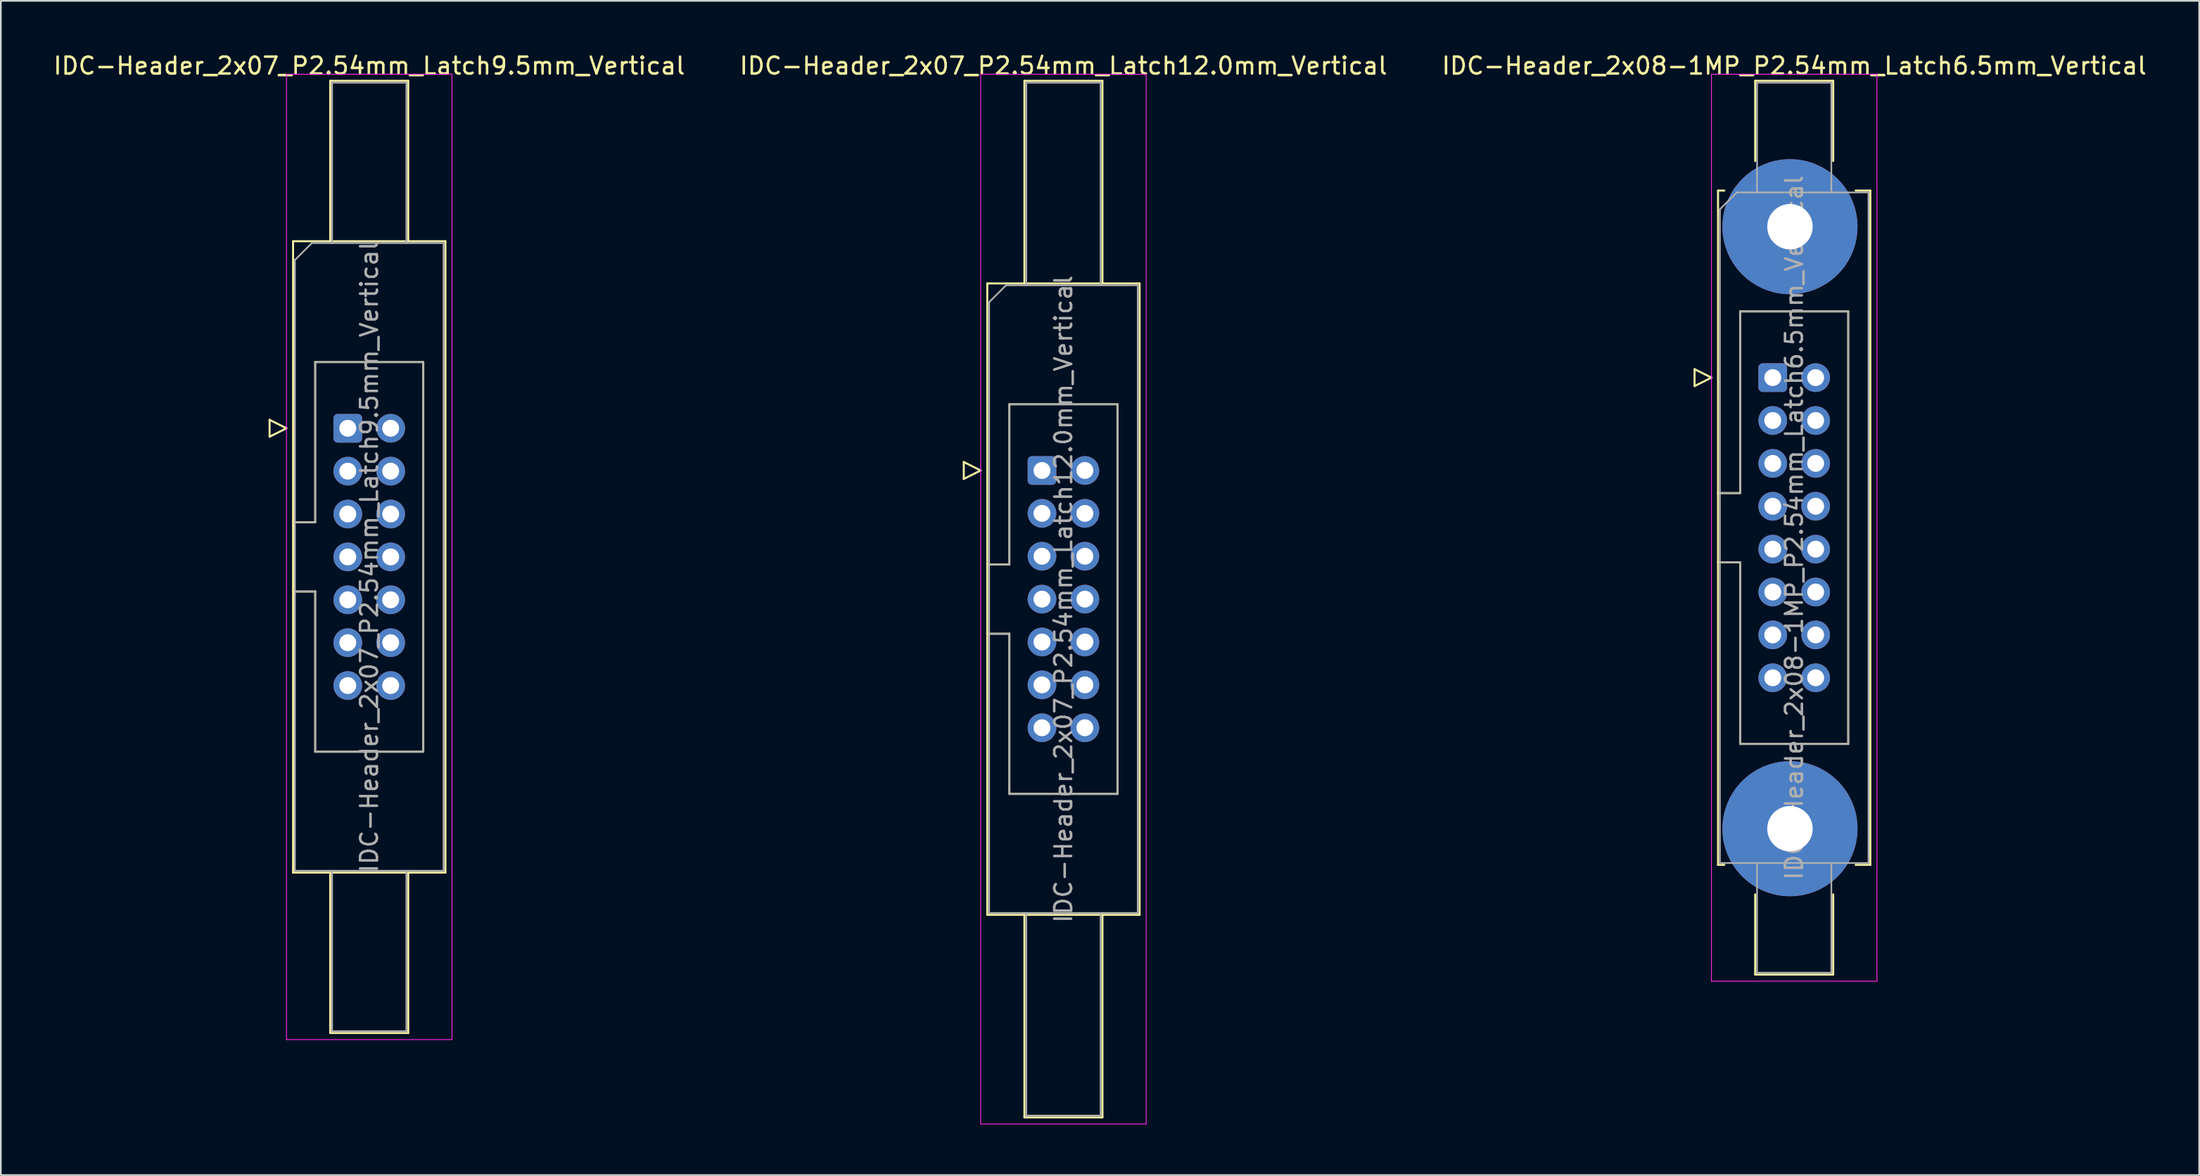
<source format=kicad_pcb>
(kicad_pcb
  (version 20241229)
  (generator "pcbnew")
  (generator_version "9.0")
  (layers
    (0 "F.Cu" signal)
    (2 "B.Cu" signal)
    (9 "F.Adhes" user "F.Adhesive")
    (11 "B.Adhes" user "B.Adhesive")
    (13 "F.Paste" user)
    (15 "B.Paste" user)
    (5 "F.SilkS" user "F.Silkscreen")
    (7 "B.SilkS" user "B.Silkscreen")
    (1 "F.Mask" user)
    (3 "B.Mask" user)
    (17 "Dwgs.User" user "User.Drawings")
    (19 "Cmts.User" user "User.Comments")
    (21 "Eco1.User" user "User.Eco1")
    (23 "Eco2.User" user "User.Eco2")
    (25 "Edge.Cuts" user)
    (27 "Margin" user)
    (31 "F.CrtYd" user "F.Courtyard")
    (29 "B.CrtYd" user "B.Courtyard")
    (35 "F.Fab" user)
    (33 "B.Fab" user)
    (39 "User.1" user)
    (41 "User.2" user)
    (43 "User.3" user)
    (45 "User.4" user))
  (footprint "IDC-Header_2x07_P2.54mm_Latch9.5mm_Vertical"
    (layer "F.Cu")
    (at 17.545 22.318)
    (property "Reference" "IDC-Header_2x07_P2.54mm_Latch9.5mm_Vertical" (at 1.27 -21.47 0) (layer "F.SilkS") (effects (font (size 1 1) (thickness 0.15))))
    (attr through_hole)
    (fp_line (start -4.63 -0.5) (end -4.63 0.5) (stroke (width 0.12) (type solid)) (layer "F.SilkS"))
    (fp_line (start -4.63 0.5) (end -3.63 0) (stroke (width 0.12) (type solid)) (layer "F.SilkS"))
    (fp_line (start -3.63 0) (end -4.63 -0.5) (stroke (width 0.12) (type solid)) (layer "F.SilkS"))
    (fp_line (start -3.24 -11.08) (end 5.78 -11.08) (stroke (width 0.12) (type solid)) (layer "F.SilkS"))
    (fp_line (start -3.24 5.57) (end -1.93 5.57) (stroke (width 0.12) (type solid)) (layer "F.SilkS"))
    (fp_line (start -3.24 26.32) (end -3.24 -11.08) (stroke (width 0.12) (type solid)) (layer "F.SilkS"))
    (fp_line (start -1.93 -3.92) (end 4.47 -3.92) (stroke (width 0.12) (type solid)) (layer "F.SilkS"))
    (fp_line (start -1.93 5.57) (end -1.93 -3.92) (stroke (width 0.12) (type solid)) (layer "F.SilkS"))
    (fp_line (start -1.93 9.67) (end -3.24 9.67) (stroke (width 0.12) (type solid)) (layer "F.SilkS"))
    (fp_line (start -1.93 9.67) (end -1.93 9.67) (stroke (width 0.12) (type solid)) (layer "F.SilkS"))
    (fp_line (start -1.93 19.16) (end -1.93 9.67) (stroke (width 0.12) (type solid)) (layer "F.SilkS"))
    (fp_line (start -1.04 -20.58) (end 3.58 -20.58) (stroke (width 0.12) (type solid)) (layer "F.SilkS"))
    (fp_line (start -1.04 -11.08) (end -1.04 -20.58) (stroke (width 0.12) (type solid)) (layer "F.SilkS"))
    (fp_line (start -1.04 26.32) (end -1.04 35.82) (stroke (width 0.12) (type solid)) (layer "F.SilkS"))
    (fp_line (start -1.04 35.82) (end 3.58 35.82) (stroke (width 0.12) (type solid)) (layer "F.SilkS"))
    (fp_line (start 3.58 -20.58) (end 3.58 -11.08) (stroke (width 0.12) (type solid)) (layer "F.SilkS"))
    (fp_line (start 3.58 35.82) (end 3.58 26.32) (stroke (width 0.12) (type solid)) (layer "F.SilkS"))
    (fp_line (start 4.47 -3.92) (end 4.47 19.16) (stroke (width 0.12) (type solid)) (layer "F.SilkS"))
    (fp_line (start 4.47 19.16) (end -1.93 19.16) (stroke (width 0.12) (type solid)) (layer "F.SilkS"))
    (fp_line (start 5.78 -11.08) (end 5.78 26.32) (stroke (width 0.12) (type solid)) (layer "F.SilkS"))
    (fp_line (start 5.78 26.32) (end -3.24 26.32) (stroke (width 0.12) (type solid)) (layer "F.SilkS"))
    (fp_line (start -3.63 -20.97) (end -3.63 36.21) (stroke (width 0.05) (type solid)) (layer "F.CrtYd"))
    (fp_line (start -3.63 36.21) (end 6.17 36.21) (stroke (width 0.05) (type solid)) (layer "F.CrtYd"))
    (fp_line (start 6.17 -20.97) (end -3.63 -20.97) (stroke (width 0.05) (type solid)) (layer "F.CrtYd"))
    (fp_line (start 6.17 36.21) (end 6.17 -20.97) (stroke (width 0.05) (type solid)) (layer "F.CrtYd"))
    (fp_line (start -3.13 -9.97) (end -2.13 -10.97) (stroke (width 0.1) (type solid)) (layer "F.Fab"))
    (fp_line (start -3.13 5.57) (end -1.93 5.57) (stroke (width 0.1) (type solid)) (layer "F.Fab"))
    (fp_line (start -3.13 26.21) (end -3.13 -9.97) (stroke (width 0.1) (type solid)) (layer "F.Fab"))
    (fp_line (start -2.13 -10.97) (end 5.67 -10.97) (stroke (width 0.1) (type solid)) (layer "F.Fab"))
    (fp_line (start -1.93 -3.92) (end 4.47 -3.92) (stroke (width 0.1) (type solid)) (layer "F.Fab"))
    (fp_line (start -1.93 5.57) (end -1.93 -3.92) (stroke (width 0.1) (type solid)) (layer "F.Fab"))
    (fp_line (start -1.93 9.67) (end -3.13 9.67) (stroke (width 0.1) (type solid)) (layer "F.Fab"))
    (fp_line (start -1.93 9.67) (end -1.93 9.67) (stroke (width 0.1) (type solid)) (layer "F.Fab"))
    (fp_line (start -1.93 19.16) (end -1.93 9.67) (stroke (width 0.1) (type solid)) (layer "F.Fab"))
    (fp_line (start -0.93 -20.47) (end 3.47 -20.47) (stroke (width 0.1) (type solid)) (layer "F.Fab"))
    (fp_line (start -0.93 -10.97) (end -0.93 -20.47) (stroke (width 0.1) (type solid)) (layer "F.Fab"))
    (fp_line (start -0.93 26.21) (end -0.93 35.71) (stroke (width 0.1) (type solid)) (layer "F.Fab"))
    (fp_line (start -0.93 35.71) (end 3.47 35.71) (stroke (width 0.1) (type solid)) (layer "F.Fab"))
    (fp_line (start 3.47 -20.47) (end 3.47 -10.97) (stroke (width 0.1) (type solid)) (layer "F.Fab"))
    (fp_line (start 3.47 35.71) (end 3.47 26.21) (stroke (width 0.1) (type solid)) (layer "F.Fab"))
    (fp_line (start 4.47 -3.92) (end 4.47 19.16) (stroke (width 0.1) (type solid)) (layer "F.Fab"))
    (fp_line (start 4.47 19.16) (end -1.93 19.16) (stroke (width 0.1) (type solid)) (layer "F.Fab"))
    (fp_line (start 5.67 -10.97) (end 5.67 26.21) (stroke (width 0.1) (type solid)) (layer "F.Fab"))
    (fp_line (start 5.67 26.21) (end -3.13 26.21) (stroke (width 0.1) (type solid)) (layer "F.Fab"))
    (fp_text user "${REFERENCE}" (at 1.27 7.62 90) (layer "F.Fab") (effects (font (size 1 1) (thickness 0.15))))
    (pad "1" thru_hole roundrect (at 0 0) (size 1.7 1.7) (drill 1) (layers "*.Cu" "*.Mask") (roundrect_rratio 0.147))
    (pad "2" thru_hole circle (at 2.54 0) (size 1.7 1.7) (drill 1) (layers "*.Cu" "*.Mask"))
    (pad "3" thru_hole circle (at 0 2.54) (size 1.7 1.7) (drill 1) (layers "*.Cu" "*.Mask"))
    (pad "4" thru_hole circle (at 2.54 2.54) (size 1.7 1.7) (drill 1) (layers "*.Cu" "*.Mask"))
    (pad "5" thru_hole circle (at 0 5.08) (size 1.7 1.7) (drill 1) (layers "*.Cu" "*.Mask"))
    (pad "6" thru_hole circle (at 2.54 5.08) (size 1.7 1.7) (drill 1) (layers "*.Cu" "*.Mask"))
    (pad "7" thru_hole circle (at 0 7.62) (size 1.7 1.7) (drill 1) (layers "*.Cu" "*.Mask"))
    (pad "8" thru_hole circle (at 2.54 7.62) (size 1.7 1.7) (drill 1) (layers "*.Cu" "*.Mask"))
    (pad "9" thru_hole circle (at 0 10.16) (size 1.7 1.7) (drill 1) (layers "*.Cu" "*.Mask"))
    (pad "10" thru_hole circle (at 2.54 10.16) (size 1.7 1.7) (drill 1) (layers "*.Cu" "*.Mask"))
    (pad "11" thru_hole circle (at 0 12.7) (size 1.7 1.7) (drill 1) (layers "*.Cu" "*.Mask"))
    (pad "12" thru_hole circle (at 2.54 12.7) (size 1.7 1.7) (drill 1) (layers "*.Cu" "*.Mask"))
    (pad "13" thru_hole circle (at 0 15.24) (size 1.7 1.7) (drill 1) (layers "*.Cu" "*.Mask"))
    (pad "14" thru_hole circle (at 2.54 15.24) (size 1.7 1.7) (drill 1) (layers "*.Cu" "*.Mask")))
  (footprint "IDC-Header_2x07_P2.54mm_Latch12.0mm_Vertical"
    (layer "F.Cu")
    (at 58.653 24.818)
    (property "Reference" "IDC-Header_2x07_P2.54mm_Latch12.0mm_Vertical" (at 1.27 -23.97 0) (layer "F.SilkS") (effects (font (size 1 1) (thickness 0.15))))
    (attr through_hole)
    (fp_line (start -4.63 -0.5) (end -4.63 0.5) (stroke (width 0.12) (type solid)) (layer "F.SilkS"))
    (fp_line (start -4.63 0.5) (end -3.63 0) (stroke (width 0.12) (type solid)) (layer "F.SilkS"))
    (fp_line (start -3.63 0) (end -4.63 -0.5) (stroke (width 0.12) (type solid)) (layer "F.SilkS"))
    (fp_line (start -3.24 -11.08) (end 5.78 -11.08) (stroke (width 0.12) (type solid)) (layer "F.SilkS"))
    (fp_line (start -3.24 5.57) (end -1.93 5.57) (stroke (width 0.12) (type solid)) (layer "F.SilkS"))
    (fp_line (start -3.24 26.32) (end -3.24 -11.08) (stroke (width 0.12) (type solid)) (layer "F.SilkS"))
    (fp_line (start -1.93 -3.92) (end 4.47 -3.92) (stroke (width 0.12) (type solid)) (layer "F.SilkS"))
    (fp_line (start -1.93 5.57) (end -1.93 -3.92) (stroke (width 0.12) (type solid)) (layer "F.SilkS"))
    (fp_line (start -1.93 9.67) (end -3.24 9.67) (stroke (width 0.12) (type solid)) (layer "F.SilkS"))
    (fp_line (start -1.93 9.67) (end -1.93 9.67) (stroke (width 0.12) (type solid)) (layer "F.SilkS"))
    (fp_line (start -1.93 19.16) (end -1.93 9.67) (stroke (width 0.12) (type solid)) (layer "F.SilkS"))
    (fp_line (start -1.04 -23.08) (end 3.58 -23.08) (stroke (width 0.12) (type solid)) (layer "F.SilkS"))
    (fp_line (start -1.04 -11.08) (end -1.04 -23.08) (stroke (width 0.12) (type solid)) (layer "F.SilkS"))
    (fp_line (start -1.04 26.32) (end -1.04 38.32) (stroke (width 0.12) (type solid)) (layer "F.SilkS"))
    (fp_line (start -1.04 38.32) (end 3.58 38.32) (stroke (width 0.12) (type solid)) (layer "F.SilkS"))
    (fp_line (start 3.58 -23.08) (end 3.58 -11.08) (stroke (width 0.12) (type solid)) (layer "F.SilkS"))
    (fp_line (start 3.58 38.32) (end 3.58 26.32) (stroke (width 0.12) (type solid)) (layer "F.SilkS"))
    (fp_line (start 4.47 -3.92) (end 4.47 19.16) (stroke (width 0.12) (type solid)) (layer "F.SilkS"))
    (fp_line (start 4.47 19.16) (end -1.93 19.16) (stroke (width 0.12) (type solid)) (layer "F.SilkS"))
    (fp_line (start 5.78 -11.08) (end 5.78 26.32) (stroke (width 0.12) (type solid)) (layer "F.SilkS"))
    (fp_line (start 5.78 26.32) (end -3.24 26.32) (stroke (width 0.12) (type solid)) (layer "F.SilkS"))
    (fp_line (start -3.63 -23.47) (end -3.63 38.71) (stroke (width 0.05) (type solid)) (layer "F.CrtYd"))
    (fp_line (start -3.63 38.71) (end 6.17 38.71) (stroke (width 0.05) (type solid)) (layer "F.CrtYd"))
    (fp_line (start 6.17 -23.47) (end -3.63 -23.47) (stroke (width 0.05) (type solid)) (layer "F.CrtYd"))
    (fp_line (start 6.17 38.71) (end 6.17 -23.47) (stroke (width 0.05) (type solid)) (layer "F.CrtYd"))
    (fp_line (start -3.13 -9.97) (end -2.13 -10.97) (stroke (width 0.1) (type solid)) (layer "F.Fab"))
    (fp_line (start -3.13 5.57) (end -1.93 5.57) (stroke (width 0.1) (type solid)) (layer "F.Fab"))
    (fp_line (start -3.13 26.21) (end -3.13 -9.97) (stroke (width 0.1) (type solid)) (layer "F.Fab"))
    (fp_line (start -2.13 -10.97) (end 5.67 -10.97) (stroke (width 0.1) (type solid)) (layer "F.Fab"))
    (fp_line (start -1.93 -3.92) (end 4.47 -3.92) (stroke (width 0.1) (type solid)) (layer "F.Fab"))
    (fp_line (start -1.93 5.57) (end -1.93 -3.92) (stroke (width 0.1) (type solid)) (layer "F.Fab"))
    (fp_line (start -1.93 9.67) (end -3.13 9.67) (stroke (width 0.1) (type solid)) (layer "F.Fab"))
    (fp_line (start -1.93 9.67) (end -1.93 9.67) (stroke (width 0.1) (type solid)) (layer "F.Fab"))
    (fp_line (start -1.93 19.16) (end -1.93 9.67) (stroke (width 0.1) (type solid)) (layer "F.Fab"))
    (fp_line (start -0.93 -22.97) (end 3.47 -22.97) (stroke (width 0.1) (type solid)) (layer "F.Fab"))
    (fp_line (start -0.93 -10.97) (end -0.93 -22.97) (stroke (width 0.1) (type solid)) (layer "F.Fab"))
    (fp_line (start -0.93 26.21) (end -0.93 38.21) (stroke (width 0.1) (type solid)) (layer "F.Fab"))
    (fp_line (start -0.93 38.21) (end 3.47 38.21) (stroke (width 0.1) (type solid)) (layer "F.Fab"))
    (fp_line (start 3.47 -22.97) (end 3.47 -10.97) (stroke (width 0.1) (type solid)) (layer "F.Fab"))
    (fp_line (start 3.47 38.21) (end 3.47 26.21) (stroke (width 0.1) (type solid)) (layer "F.Fab"))
    (fp_line (start 4.47 -3.92) (end 4.47 19.16) (stroke (width 0.1) (type solid)) (layer "F.Fab"))
    (fp_line (start 4.47 19.16) (end -1.93 19.16) (stroke (width 0.1) (type solid)) (layer "F.Fab"))
    (fp_line (start 5.67 -10.97) (end 5.67 26.21) (stroke (width 0.1) (type solid)) (layer "F.Fab"))
    (fp_line (start 5.67 26.21) (end -3.13 26.21) (stroke (width 0.1) (type solid)) (layer "F.Fab"))
    (fp_text user "${REFERENCE}" (at 1.27 7.62 90) (layer "F.Fab") (effects (font (size 1 1) (thickness 0.15))))
    (pad "1" thru_hole roundrect (at 0 0) (size 1.7 1.7) (drill 1) (layers "*.Cu" "*.Mask") (roundrect_rratio 0.147))
    (pad "2" thru_hole circle (at 2.54 0) (size 1.7 1.7) (drill 1) (layers "*.Cu" "*.Mask"))
    (pad "3" thru_hole circle (at 0 2.54) (size 1.7 1.7) (drill 1) (layers "*.Cu" "*.Mask"))
    (pad "4" thru_hole circle (at 2.54 2.54) (size 1.7 1.7) (drill 1) (layers "*.Cu" "*.Mask"))
    (pad "5" thru_hole circle (at 0 5.08) (size 1.7 1.7) (drill 1) (layers "*.Cu" "*.Mask"))
    (pad "6" thru_hole circle (at 2.54 5.08) (size 1.7 1.7) (drill 1) (layers "*.Cu" "*.Mask"))
    (pad "7" thru_hole circle (at 0 7.62) (size 1.7 1.7) (drill 1) (layers "*.Cu" "*.Mask"))
    (pad "8" thru_hole circle (at 2.54 7.62) (size 1.7 1.7) (drill 1) (layers "*.Cu" "*.Mask"))
    (pad "9" thru_hole circle (at 0 10.16) (size 1.7 1.7) (drill 1) (layers "*.Cu" "*.Mask"))
    (pad "10" thru_hole circle (at 2.54 10.16) (size 1.7 1.7) (drill 1) (layers "*.Cu" "*.Mask"))
    (pad "11" thru_hole circle (at 0 12.7) (size 1.7 1.7) (drill 1) (layers "*.Cu" "*.Mask"))
    (pad "12" thru_hole circle (at 2.54 12.7) (size 1.7 1.7) (drill 1) (layers "*.Cu" "*.Mask"))
    (pad "13" thru_hole circle (at 0 15.24) (size 1.7 1.7) (drill 1) (layers "*.Cu" "*.Mask"))
    (pad "14" thru_hole circle (at 2.54 15.24) (size 1.7 1.7) (drill 1) (layers "*.Cu" "*.Mask")))
  (footprint "IDC-Header_2x08-1MP_P2.54mm_Latch6.5mm_Vertical"
    (layer "F.Cu")
    (at 101.926 19.318)
    (property "Reference" "IDC-Header_2x08-1MP_P2.54mm_Latch6.5mm_Vertical" (at 1.27 -18.47 0) (layer "F.SilkS") (effects (font (size 1 1) (thickness 0.15))))
    (attr through_hole)
    (fp_line (start -4.63 -0.5) (end -4.63 0.5) (stroke (width 0.12) (type solid)) (layer "F.SilkS"))
    (fp_line (start -4.63 0.5) (end -3.63 0) (stroke (width 0.12) (type solid)) (layer "F.SilkS"))
    (fp_line (start -3.63 0) (end -4.63 -0.5) (stroke (width 0.12) (type solid)) (layer "F.SilkS"))
    (fp_line (start -3.24 -11.08) (end -3.24 28.86) (stroke (width 0.12) (type solid)) (layer "F.SilkS"))
    (fp_line (start -3.24 6.84) (end -1.93 6.84) (stroke (width 0.12) (type solid)) (layer "F.SilkS"))
    (fp_line (start -3.24 28.86) (end -2.87 28.86) (stroke (width 0.12) (type solid)) (layer "F.SilkS"))
    (fp_line (start -2.87 -11.08) (end -3.24 -11.08) (stroke (width 0.12) (type solid)) (layer "F.SilkS"))
    (fp_line (start -1.93 -3.92) (end 4.47 -3.92) (stroke (width 0.12) (type solid)) (layer "F.SilkS"))
    (fp_line (start -1.93 6.84) (end -1.93 -3.92) (stroke (width 0.12) (type solid)) (layer "F.SilkS"))
    (fp_line (start -1.93 10.94) (end -3.24 10.94) (stroke (width 0.12) (type solid)) (layer "F.SilkS"))
    (fp_line (start -1.93 10.94) (end -1.93 10.94) (stroke (width 0.12) (type solid)) (layer "F.SilkS"))
    (fp_line (start -1.93 21.7) (end -1.93 10.94) (stroke (width 0.12) (type solid)) (layer "F.SilkS"))
    (fp_line (start -1.04 -17.58) (end 3.58 -17.58) (stroke (width 0.12) (type solid)) (layer "F.SilkS"))
    (fp_line (start -1.04 -12.83) (end -1.04 -17.58) (stroke (width 0.12) (type solid)) (layer "F.SilkS"))
    (fp_line (start -1.04 30.61) (end -1.04 35.36) (stroke (width 0.12) (type solid)) (layer "F.SilkS"))
    (fp_line (start -1.04 35.36) (end 3.58 35.36) (stroke (width 0.12) (type solid)) (layer "F.SilkS"))
    (fp_line (start 3.58 -17.58) (end 3.58 -12.83) (stroke (width 0.12) (type solid)) (layer "F.SilkS"))
    (fp_line (start 3.58 35.36) (end 3.58 30.61) (stroke (width 0.12) (type solid)) (layer "F.SilkS"))
    (fp_line (start 4.47 -3.92) (end 4.47 21.7) (stroke (width 0.12) (type solid)) (layer "F.SilkS"))
    (fp_line (start 4.47 21.7) (end -1.93 21.7) (stroke (width 0.12) (type solid)) (layer "F.SilkS"))
    (fp_line (start 4.91 -11.08) (end 5.78 -11.08) (stroke (width 0.12) (type solid)) (layer "F.SilkS"))
    (fp_line (start 5.78 -11.08) (end 5.78 28.86) (stroke (width 0.12) (type solid)) (layer "F.SilkS"))
    (fp_line (start 5.78 28.86) (end 4.91 28.86) (stroke (width 0.12) (type solid)) (layer "F.SilkS"))
    (fp_line (start -3.63 -17.97) (end -3.63 35.75) (stroke (width 0.05) (type solid)) (layer "F.CrtYd"))
    (fp_line (start -3.63 35.75) (end 6.17 35.75) (stroke (width 0.05) (type solid)) (layer "F.CrtYd"))
    (fp_line (start 6.17 -17.97) (end -3.63 -17.97) (stroke (width 0.05) (type solid)) (layer "F.CrtYd"))
    (fp_line (start 6.17 35.75) (end 6.17 -17.97) (stroke (width 0.05) (type solid)) (layer "F.CrtYd"))
    (fp_line (start -3.13 -9.97) (end -2.13 -10.97) (stroke (width 0.1) (type solid)) (layer "F.Fab"))
    (fp_line (start -3.13 6.84) (end -1.93 6.84) (stroke (width 0.1) (type solid)) (layer "F.Fab"))
    (fp_line (start -3.13 28.75) (end -3.13 -9.97) (stroke (width 0.1) (type solid)) (layer "F.Fab"))
    (fp_line (start -2.13 -10.97) (end 5.67 -10.97) (stroke (width 0.1) (type solid)) (layer "F.Fab"))
    (fp_line (start -1.93 -3.92) (end 4.47 -3.92) (stroke (width 0.1) (type solid)) (layer "F.Fab"))
    (fp_line (start -1.93 6.84) (end -1.93 -3.92) (stroke (width 0.1) (type solid)) (layer "F.Fab"))
    (fp_line (start -1.93 10.94) (end -3.13 10.94) (stroke (width 0.1) (type solid)) (layer "F.Fab"))
    (fp_line (start -1.93 10.94) (end -1.93 10.94) (stroke (width 0.1) (type solid)) (layer "F.Fab"))
    (fp_line (start -1.93 21.7) (end -1.93 10.94) (stroke (width 0.1) (type solid)) (layer "F.Fab"))
    (fp_line (start -0.93 -17.47) (end 3.47 -17.47) (stroke (width 0.1) (type solid)) (layer "F.Fab"))
    (fp_line (start -0.93 -10.97) (end -0.93 -17.47) (stroke (width 0.1) (type solid)) (layer "F.Fab"))
    (fp_line (start -0.93 28.75) (end -0.93 35.25) (stroke (width 0.1) (type solid)) (layer "F.Fab"))
    (fp_line (start -0.93 35.25) (end 3.47 35.25) (stroke (width 0.1) (type solid)) (layer "F.Fab"))
    (fp_line (start 3.47 -17.47) (end 3.47 -10.97) (stroke (width 0.1) (type solid)) (layer "F.Fab"))
    (fp_line (start 3.47 35.25) (end 3.47 28.75) (stroke (width 0.1) (type solid)) (layer "F.Fab"))
    (fp_line (start 4.47 -3.92) (end 4.47 21.7) (stroke (width 0.1) (type solid)) (layer "F.Fab"))
    (fp_line (start 4.47 21.7) (end -1.93 21.7) (stroke (width 0.1) (type solid)) (layer "F.Fab"))
    (fp_line (start 5.67 -10.97) (end 5.67 28.75) (stroke (width 0.1) (type solid)) (layer "F.Fab"))
    (fp_line (start 5.67 28.75) (end -3.13 28.75) (stroke (width 0.1) (type solid)) (layer "F.Fab"))
    (fp_text user "${REFERENCE}" (at 1.27 8.89 90) (layer "F.Fab") (effects (font (size 1 1) (thickness 0.15))))
    (pad "1" thru_hole roundrect (at 0 0) (size 1.7 1.7) (drill 1) (layers "*.Cu" "*.Mask") (roundrect_rratio 0.147))
    (pad "2" thru_hole circle (at 2.54 0) (size 1.7 1.7) (drill 1) (layers "*.Cu" "*.Mask"))
    (pad "3" thru_hole circle (at 0 2.54) (size 1.7 1.7) (drill 1) (layers "*.Cu" "*.Mask"))
    (pad "4" thru_hole circle (at 2.54 2.54) (size 1.7 1.7) (drill 1) (layers "*.Cu" "*.Mask"))
    (pad "5" thru_hole circle (at 0 5.08) (size 1.7 1.7) (drill 1) (layers "*.Cu" "*.Mask"))
    (pad "6" thru_hole circle (at 2.54 5.08) (size 1.7 1.7) (drill 1) (layers "*.Cu" "*.Mask"))
    (pad "7" thru_hole circle (at 0 7.62) (size 1.7 1.7) (drill 1) (layers "*.Cu" "*.Mask"))
    (pad "8" thru_hole circle (at 2.54 7.62) (size 1.7 1.7) (drill 1) (layers "*.Cu" "*.Mask"))
    (pad "9" thru_hole circle (at 0 10.16) (size 1.7 1.7) (drill 1) (layers "*.Cu" "*.Mask"))
    (pad "10" thru_hole circle (at 2.54 10.16) (size 1.7 1.7) (drill 1) (layers "*.Cu" "*.Mask"))
    (pad "11" thru_hole circle (at 0 12.7) (size 1.7 1.7) (drill 1) (layers "*.Cu" "*.Mask"))
    (pad "12" thru_hole circle (at 2.54 12.7) (size 1.7 1.7) (drill 1) (layers "*.Cu" "*.Mask"))
    (pad "13" thru_hole circle (at 0 15.24) (size 1.7 1.7) (drill 1) (layers "*.Cu" "*.Mask"))
    (pad "14" thru_hole circle (at 2.54 15.24) (size 1.7 1.7) (drill 1) (layers "*.Cu" "*.Mask"))
    (pad "15" thru_hole circle (at 0 17.78) (size 1.7 1.7) (drill 1) (layers "*.Cu" "*.Mask"))
    (pad "16" thru_hole circle (at 2.54 17.78) (size 1.7 1.7) (drill 1) (layers "*.Cu" "*.Mask"))
    (pad "MP" thru_hole circle (at 1.02 -8.94) (size 8 8) (drill 2.69) (layers "*.Cu" "*.Mask"))
    (pad "MP" thru_hole circle (at 1.02 26.72) (size 8 8) (drill 2.69) (layers "*.Cu" "*.Mask")))
  (gr_rect
    (start -3 -3)
    (end 127.179 66.553)
    (stroke (width 0.1) (type default))
    (fill no)
    (layer "Edge.Cuts")))
</source>
